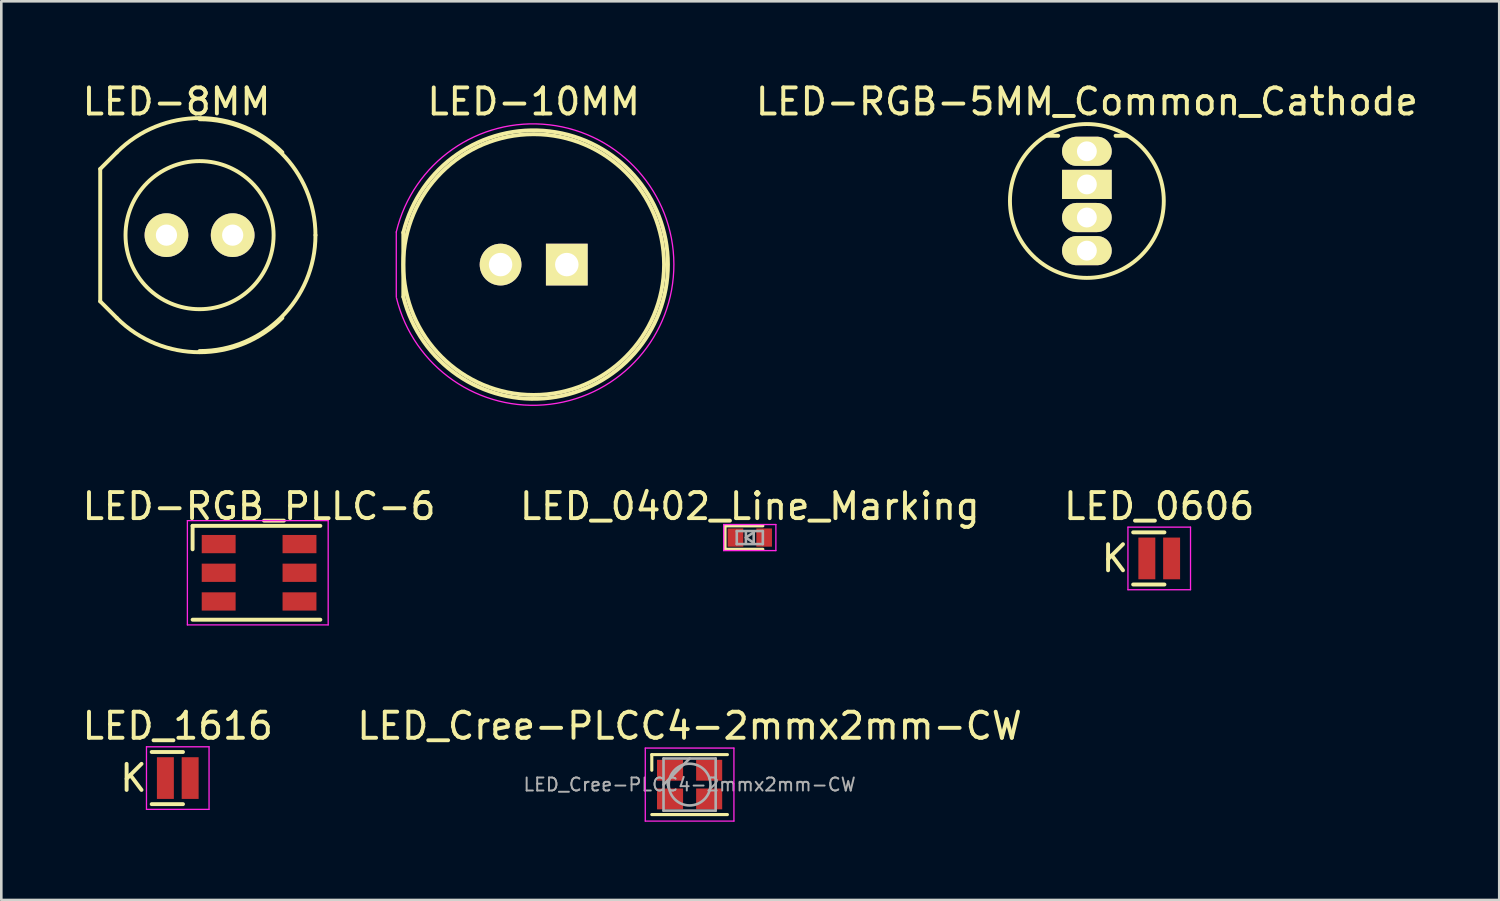
<source format=kicad_pcb>
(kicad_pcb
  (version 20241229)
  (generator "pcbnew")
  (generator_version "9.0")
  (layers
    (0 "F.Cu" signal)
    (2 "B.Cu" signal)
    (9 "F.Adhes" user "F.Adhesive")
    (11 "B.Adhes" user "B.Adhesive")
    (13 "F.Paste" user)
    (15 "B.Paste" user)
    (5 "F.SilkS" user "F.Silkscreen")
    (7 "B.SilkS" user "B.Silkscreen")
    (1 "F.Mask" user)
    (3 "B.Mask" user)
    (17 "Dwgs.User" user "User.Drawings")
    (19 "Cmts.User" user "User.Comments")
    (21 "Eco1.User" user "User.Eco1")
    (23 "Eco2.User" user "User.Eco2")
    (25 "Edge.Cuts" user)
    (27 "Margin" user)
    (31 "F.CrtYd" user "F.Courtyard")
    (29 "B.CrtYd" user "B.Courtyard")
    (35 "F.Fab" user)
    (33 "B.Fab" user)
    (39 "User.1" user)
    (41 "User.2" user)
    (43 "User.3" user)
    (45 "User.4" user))
  (footprint "LED-RGB_PLLC-6"
    (layer "F.Cu")
    (at 6.887 18.918)
    (property "Reference" "LED-RGB_PLLC-6" (at 0 -2.55 180) (layer "F.SilkS") (effects (font (size 1 1) (thickness 0.15))))
    (attr smd)
    (fp_line (start -2.55 -1.8) (end -2.55 -0.9) (stroke (width 0.15) (type solid)) (layer "F.SilkS"))
    (fp_line (start -2.55 1.8) (end 2.35 1.8) (stroke (width 0.15) (type solid)) (layer "F.SilkS"))
    (fp_line (start 2.35 -1.8) (end -2.55 -1.8) (stroke (width 0.15) (type solid)) (layer "F.SilkS"))
    (fp_line (start -2.75 -2) (end -2.75 2) (stroke (width 0.05) (type solid)) (layer "F.CrtYd"))
    (fp_line (start -2.75 -2) (end 2.65 -2) (stroke (width 0.05) (type solid)) (layer "F.CrtYd"))
    (fp_line (start -2.75 2) (end 2.65 2) (stroke (width 0.05) (type solid)) (layer "F.CrtYd"))
    (fp_line (start 2.65 -2) (end 2.65 2) (stroke (width 0.05) (type solid)) (layer "F.CrtYd"))
    (pad "1" smd rect (at -1.55 -1.1 90) (size 0.7 1.3) (layers "F.Cu" "F.Mask" "F.Paste"))
    (pad "2" smd rect (at -1.55 0 90) (size 0.7 1.3) (layers "F.Cu" "F.Mask" "F.Paste"))
    (pad "3" smd rect (at -1.55 1.1 90) (size 0.7 1.3) (layers "F.Cu" "F.Mask" "F.Paste"))
    (pad "4" smd rect (at 1.55 1.1 90) (size 0.7 1.3) (layers "F.Cu" "F.Mask" "F.Paste"))
    (pad "5" smd rect (at 1.55 0 90) (size 0.7 1.3) (layers "F.Cu" "F.Mask" "F.Paste"))
    (pad "6" smd rect (at 1.55 -1.1 90) (size 0.7 1.3) (layers "F.Cu" "F.Mask" "F.Paste")))
  (footprint "LED_1616"
    (layer "F.Cu")
    (at 3.768 26.792)
    (property "Reference" "LED_1616" (at 0 -2 0) (layer "F.SilkS") (effects (font (size 1 1) (thickness 0.15))))
    (attr smd)
    (fp_line (start -1 -1) (end 0.2 -1) (stroke (width 0.15) (type solid)) (layer "F.SilkS"))
    (fp_line (start -1 1) (end 0.2 1) (stroke (width 0.15) (type solid)) (layer "F.SilkS"))
    (fp_line (start -1.2 -1.2) (end -1.2 1.2) (stroke (width 0.05) (type solid)) (layer "F.CrtYd"))
    (fp_line (start -1.2 1.2) (end 1.2 1.2) (stroke (width 0.05) (type solid)) (layer "F.CrtYd"))
    (fp_line (start 1.2 -1.2) (end -1.2 -1.2) (stroke (width 0.05) (type solid)) (layer "F.CrtYd"))
    (fp_line (start 1.2 1.2) (end 1.2 -1.2) (stroke (width 0.05) (type solid)) (layer "F.CrtYd"))
    (fp_text user "K" (at -1.7 0 0) (layer "F.SilkS") (effects (font (size 1 1) (thickness 0.15))))
    (pad "1" smd rect (at -0.475 0 180) (size 0.65 1.6) (layers "F.Cu" "F.Mask" "F.Paste"))
    (pad "2" smd rect (at 0.475 0 180) (size 0.65 1.6) (layers "F.Cu" "F.Mask" "F.Paste")))
  (footprint "LED_0402_Line_Marking"
    (layer "F.Cu")
    (at 25.708 17.568)
    (property "Reference" "LED_0402_Line_Marking" (at 0 -1.2 0) (layer "F.SilkS") (effects (font (size 1 1) (thickness 0.15))))
    (attr smd)
    (fp_line (start -0.95 -0.45) (end -0.95 0.45) (stroke (width 0.12) (type solid)) (layer "F.SilkS"))
    (fp_line (start -0.95 -0.45) (end 0.5 -0.45) (stroke (width 0.12) (type solid)) (layer "F.SilkS"))
    (fp_line (start -0.95 0.45) (end 0.5 0.45) (stroke (width 0.12) (type solid)) (layer "F.SilkS"))
    (fp_line (start -1 -0.5) (end 1 -0.5) (stroke (width 0.05) (type solid)) (layer "F.CrtYd"))
    (fp_line (start -1 0.5) (end -1 -0.5) (stroke (width 0.05) (type solid)) (layer "F.CrtYd"))
    (fp_line (start 1 -0.5) (end 1 0.5) (stroke (width 0.05) (type solid)) (layer "F.CrtYd"))
    (fp_line (start 1 0.5) (end -1 0.5) (stroke (width 0.05) (type solid)) (layer "F.CrtYd"))
    (fp_line (start -0.5 -0.25) (end 0.5 -0.25) (stroke (width 0.1) (type solid)) (layer "F.Fab"))
    (fp_line (start -0.5 0.25) (end -0.5 -0.25) (stroke (width 0.1) (type solid)) (layer "F.Fab"))
    (fp_line (start -0.15 -0.2) (end -0.15 0.2) (stroke (width 0.1) (type solid)) (layer "F.Fab"))
    (fp_line (start -0.15 0) (end 0.15 -0.2) (stroke (width 0.1) (type solid)) (layer "F.Fab"))
    (fp_line (start 0.15 -0.2) (end 0.15 0.2) (stroke (width 0.1) (type solid)) (layer "F.Fab"))
    (fp_line (start 0.15 0.2) (end -0.15 0) (stroke (width 0.1) (type solid)) (layer "F.Fab"))
    (fp_line (start 0.5 -0.25) (end 0.5 0.25) (stroke (width 0.1) (type solid)) (layer "F.Fab"))
    (fp_line (start 0.5 0.25) (end -0.5 0.25) (stroke (width 0.1) (type solid)) (layer "F.Fab"))
    (pad "1" smd rect (at -0.55 0 180) (size 0.6 0.7) (layers "F.Cu" "F.Mask" "F.Paste"))
    (pad "2" smd rect (at 0.55 0 180) (size 0.6 0.7) (layers "F.Cu" "F.Mask" "F.Paste")))
  (footprint "LED-10MM"
    (layer "F.Cu")
    (at 16.149 7.098)
    (property "Reference" "LED-10MM" (at 1.27 -6.25 0) (layer "F.SilkS") (effects (font (size 1 1) (thickness 0.15))))
    (attr through_hole)
    (fp_line (start -3.73 -1.23) (end -3.73 1.23) (stroke (width 0.15) (type solid)) (layer "F.SilkS"))
    (fp_arc (start -3.73 -1.23) (mid 6.419063 -0.007159) (end -3.72656 1.243899) (stroke (width 0.15) (type solid)) (layer "F.SilkS"))
    (fp_circle (center 1.27 0) (end 1.27 5) (stroke (width 0.15) (type solid)) (fill no) (layer "F.SilkS"))
    (fp_line (start -4 -1.25) (end -4 1.25) (stroke (width 0.05) (type solid)) (layer "F.CrtYd"))
    (fp_arc (start -4 -1.25) (mid 6.646738 -0.014835) (end -3.993048 1.278845) (stroke (width 0.05) (type solid)) (layer "F.CrtYd"))
    (pad "1" thru_hole circle (at 0 0 180) (size 1.6 1.6) (drill 0.9) (layers "*.Cu" "*.Mask" "F.SilkS"))
    (pad "2" thru_hole rect (at 2.54 0 180) (size 1.6 1.6) (drill 0.9) (layers "*.Cu" "*.Mask" "F.SilkS")))
  (footprint "LED-RGB-5MM_Common_Cathode"
    (layer "F.Cu")
    (at 38.636 2.753)
    (property "Reference" "LED-RGB-5MM_Common_Cathode" (at 0 -1.905 0) (layer "F.SilkS") (effects (font (size 1 1) (thickness 0.15))))
    (attr through_hole)
    (fp_line (start -1.1 -0.595) (end -1.55 -0.595) (stroke (width 0.15) (type solid)) (layer "F.SilkS"))
    (fp_line (start 1.1 -0.595) (end 1.55 -0.595) (stroke (width 0.15) (type solid)) (layer "F.SilkS"))
    (fp_circle (center 0 1.905) (end 2.95 1.905) (stroke (width 0.15) (type solid)) (fill no) (layer "F.SilkS"))
    (pad "1" thru_hole oval (at 0 0) (size 1.905 1.118) (drill 0.762) (layers "*.Cu" "*.Mask" "F.SilkS"))
    (pad "2" thru_hole rect (at 0 1.27) (size 1.905 1.118) (drill 0.762) (layers "*.Cu" "*.Mask" "F.SilkS"))
    (pad "3" thru_hole oval (at 0 2.54) (size 1.905 1.118) (drill 0.762) (layers "*.Cu" "*.Mask" "F.SilkS"))
    (pad "4" thru_hole oval (at 0 3.81) (size 1.905 1.118) (drill 0.762) (layers "*.Cu" "*.Mask" "F.SilkS")))
  (footprint "LED_Cree-PLCC4-2mmx2mm-CW"
    (layer "F.Cu")
    (at 23.399 27.042)
    (property "Reference" "LED_Cree-PLCC4-2mmx2mm-CW" (at 0 -2.25 0) (layer "F.SilkS") (effects (font (size 1 1) (thickness 0.15))))
    (attr smd)
    (fp_line (start -1.45 -1.15) (end 1.45 -1.15) (stroke (width 0.12) (type solid)) (layer "F.SilkS"))
    (fp_line (start -1.45 -0.55) (end -1.45 -1.15) (stroke (width 0.12) (type solid)) (layer "F.SilkS"))
    (fp_line (start -1.45 1.15) (end 1.45 1.15) (stroke (width 0.12) (type solid)) (layer "F.SilkS"))
    (fp_line (start -1.7 -1.4) (end -1.7 1.4) (stroke (width 0.05) (type solid)) (layer "F.CrtYd"))
    (fp_line (start -1.7 1.4) (end 1.7 1.4) (stroke (width 0.05) (type solid)) (layer "F.CrtYd"))
    (fp_line (start 1.7 -1.4) (end -1.7 -1.4) (stroke (width 0.05) (type solid)) (layer "F.CrtYd"))
    (fp_line (start 1.7 1.4) (end 1.7 -1.4) (stroke (width 0.05) (type solid)) (layer "F.CrtYd"))
    (fp_line (start -1 -1) (end -1 1) (stroke (width 0.1) (type solid)) (layer "F.Fab"))
    (fp_line (start -1 1) (end 1 1) (stroke (width 0.1) (type solid)) (layer "F.Fab"))
    (fp_line (start 0 -1) (end -1 0) (stroke (width 0.1) (type solid)) (layer "F.Fab"))
    (fp_line (start 1 -1) (end -1 -1) (stroke (width 0.1) (type solid)) (layer "F.Fab"))
    (fp_line (start 1 1) (end 1 -1) (stroke (width 0.1) (type solid)) (layer "F.Fab"))
    (fp_circle (center 0 0) (end 0.8 0) (stroke (width 0.1) (type solid)) (fill no) (layer "F.Fab"))
    (fp_text user "${REFERENCE}" (at 0 0 0) (layer "F.Fab") (effects (font (size 0.5 0.5) (thickness 0.075))))
    (pad "1" smd rect (at -0.75 -0.55) (size 1 0.8) (layers "F.Cu" "F.Mask" "F.Paste"))
    (pad "2" smd rect (at 0.75 -0.55) (size 1 0.8) (layers "F.Cu" "F.Mask" "F.Paste"))
    (pad "3" smd rect (at 0.75 0.55) (size 1 0.8) (layers "F.Cu" "F.Mask" "F.Paste"))
    (pad "4" smd rect (at -0.75 0.55) (size 1 0.8) (layers "F.Cu" "F.Mask" "F.Paste")))
  (footprint "LED-8MM"
    (layer "F.Cu")
    (at 3.334 5.969)
    (property "Reference" "LED-8MM" (at 0.386 -5.121 0) (layer "F.SilkS") (effects (font (size 1 1) (thickness 0.15))))
    (attr through_hole)
    (fp_line (start -2.54 -2.54) (end -2.54 2.54) (stroke (width 0.15) (type solid)) (layer "F.SilkS"))
    (fp_line (start -1.905 -3.175) (end -2.54 -2.54) (stroke (width 0.15) (type solid)) (layer "F.SilkS"))
    (fp_line (start -1.905 3.175) (end -2.54 2.54) (stroke (width 0.15) (type solid)) (layer "F.SilkS"))
    (fp_arc (start -1.905 -3.175) (mid 1.27 -4.490128) (end 4.445 -3.175) (stroke (width 0.15) (type solid)) (layer "F.SilkS"))
    (fp_arc (start 1.27 -4.445) (mid 4.41309 -3.14309) (end 5.715 0) (stroke (width 0.15) (type solid)) (layer "F.SilkS"))
    (fp_arc (start 4.445 3.175) (mid 1.27 4.490128) (end -1.905 3.175) (stroke (width 0.15) (type solid)) (layer "F.SilkS"))
    (fp_arc (start 5.715 0) (mid 4.41309 3.14309) (end 1.27 4.445) (stroke (width 0.15) (type solid)) (layer "F.SilkS"))
    (fp_circle (center 1.27 0) (end 0 2.54) (stroke (width 0.15) (type solid)) (fill no) (layer "F.SilkS"))
    (pad "1" thru_hole circle (at 0 0 180) (size 1.676 1.676) (drill 0.813) (layers "*.Cu" "*.Mask" "F.SilkS"))
    (pad "2" thru_hole circle (at 2.54 0 180) (size 1.676 1.676) (drill 0.813) (layers "*.Cu" "*.Mask" "F.SilkS")))
  (footprint "LED_0606"
    (layer "F.Cu")
    (at 41.411 18.368)
    (property "Reference" "LED_0606" (at 0 -2 0) (layer "F.SilkS") (effects (font (size 1 1) (thickness 0.15))))
    (attr smd)
    (fp_line (start -1 -1) (end 0.2 -1) (stroke (width 0.15) (type solid)) (layer "F.SilkS"))
    (fp_line (start -1 1) (end 0.2 1) (stroke (width 0.15) (type solid)) (layer "F.SilkS"))
    (fp_line (start -1.2 -1.2) (end -1.2 1.2) (stroke (width 0.05) (type solid)) (layer "F.CrtYd"))
    (fp_line (start -1.2 1.2) (end 1.2 1.2) (stroke (width 0.05) (type solid)) (layer "F.CrtYd"))
    (fp_line (start 1.2 -1.2) (end -1.2 -1.2) (stroke (width 0.05) (type solid)) (layer "F.CrtYd"))
    (fp_line (start 1.2 1.2) (end 1.2 -1.2) (stroke (width 0.05) (type solid)) (layer "F.CrtYd"))
    (fp_text user "K" (at -1.7 0 0) (layer "F.SilkS") (effects (font (size 1 1) (thickness 0.15))))
    (pad "1" smd rect (at -0.475 0 180) (size 0.65 1.6) (layers "F.Cu" "F.Mask" "F.Paste"))
    (pad "2" smd rect (at 0.475 0 180) (size 0.65 1.6) (layers "F.Cu" "F.Mask" "F.Paste")))
  (gr_rect
    (start -3 -3)
    (end 54.452 31.467)
    (stroke (width 0.1) (type default))
    (fill no)
    (layer "Edge.Cuts")))
</source>
